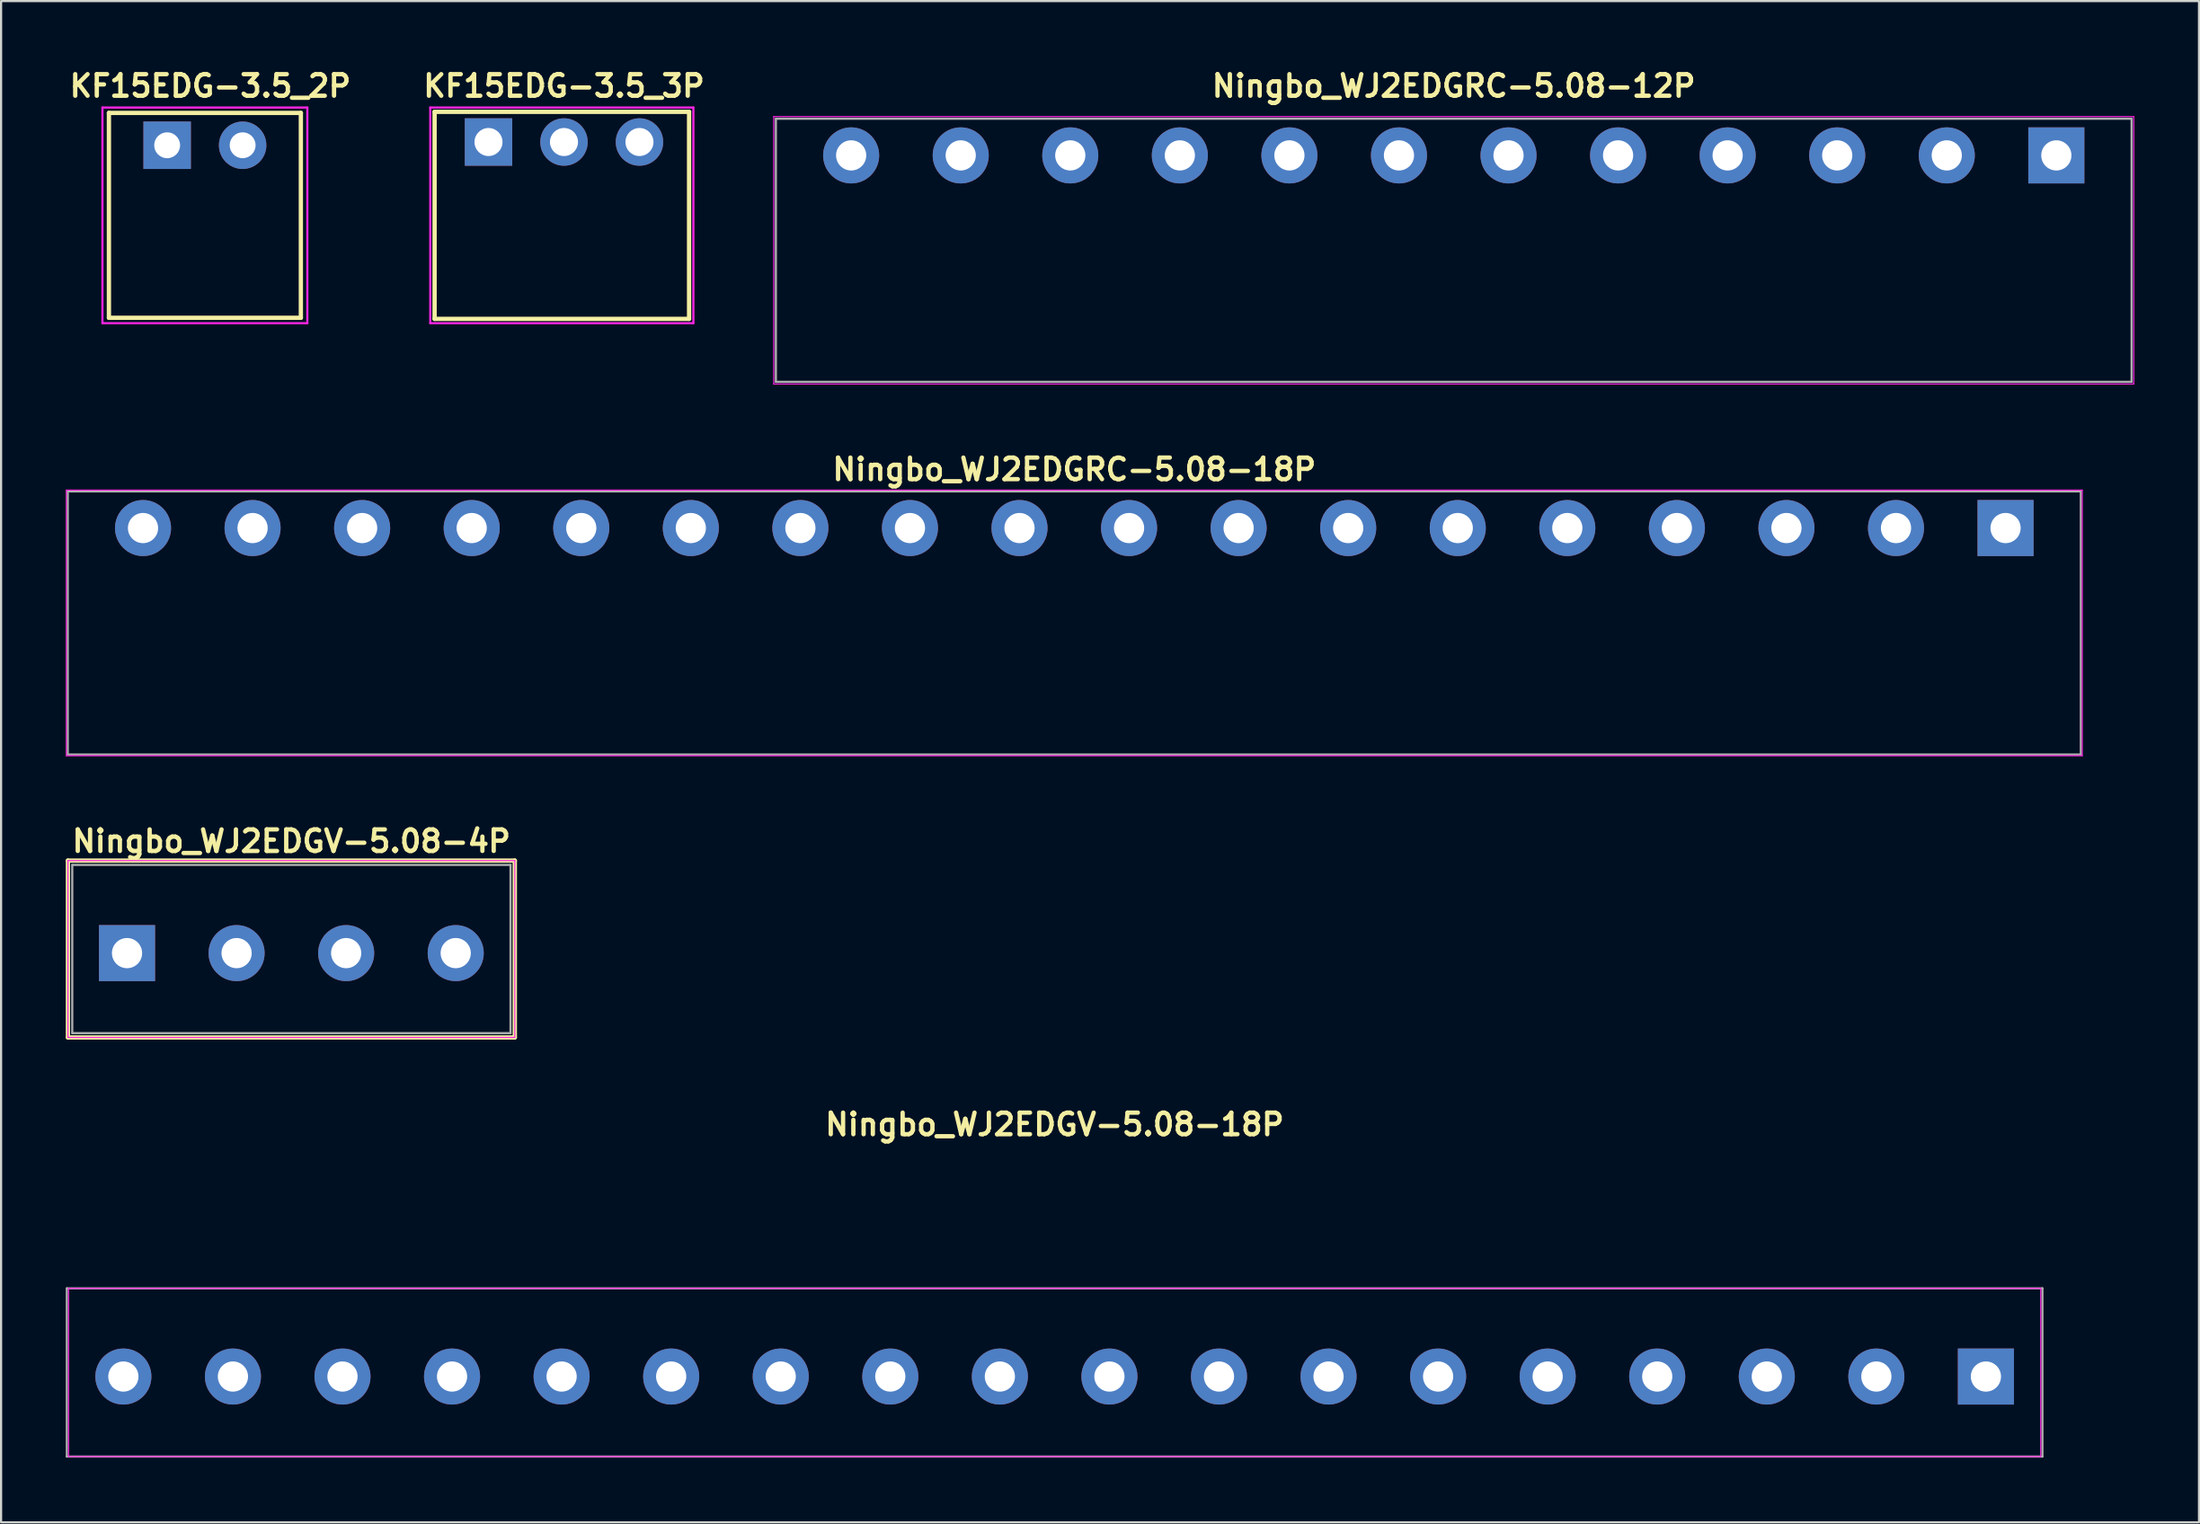
<source format=kicad_pcb>
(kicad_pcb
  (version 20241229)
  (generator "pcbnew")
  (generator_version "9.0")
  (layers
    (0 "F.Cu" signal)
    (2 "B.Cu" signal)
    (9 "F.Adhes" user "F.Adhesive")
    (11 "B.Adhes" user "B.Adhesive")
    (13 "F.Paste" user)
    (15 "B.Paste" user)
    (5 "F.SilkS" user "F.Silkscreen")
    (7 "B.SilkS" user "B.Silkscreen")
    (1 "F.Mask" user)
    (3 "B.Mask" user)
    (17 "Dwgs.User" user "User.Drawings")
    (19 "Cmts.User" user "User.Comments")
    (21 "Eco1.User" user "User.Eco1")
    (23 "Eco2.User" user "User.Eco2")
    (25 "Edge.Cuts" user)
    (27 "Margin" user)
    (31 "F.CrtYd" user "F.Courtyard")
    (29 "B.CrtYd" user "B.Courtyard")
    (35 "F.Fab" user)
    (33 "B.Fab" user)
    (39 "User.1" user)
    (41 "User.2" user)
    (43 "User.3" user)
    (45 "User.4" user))
  (footprint "Ningbo_WJ2EDGRC-5.08-12P"
    (layer "F.Cu")
    (at 64.355 8.556)
    (property "Reference" "Ningbo_WJ2EDGRC-5.08-12P" (at 0 -7.62 0) (layer "F.SilkS") (effects (font (size 1 1) (thickness 0.2))))
    (attr through_hole)
    (fp_line (start -31.53 -6.2) (end -31.53 6.2) (stroke (width 0.05) (type solid)) (layer "F.CrtYd"))
    (fp_line (start -31.53 6.2) (end 31.53 6.2) (stroke (width 0.05) (type solid)) (layer "F.CrtYd"))
    (fp_line (start 31.53 -6.2) (end -31.53 -6.2) (stroke (width 0.05) (type solid)) (layer "F.CrtYd"))
    (fp_line (start 31.53 6.2) (end 31.53 -6.2) (stroke (width 0.05) (type solid)) (layer "F.CrtYd"))
    (fp_line (start -31.43 -6.1) (end 31.43 -6.1) (stroke (width 0.1) (type solid)) (layer "F.Fab"))
    (fp_line (start -31.43 6.1) (end -31.43 -6.1) (stroke (width 0.1) (type solid)) (layer "F.Fab"))
    (fp_line (start 31.43 -6.1) (end 31.43 6.1) (stroke (width 0.1) (type solid)) (layer "F.Fab"))
    (fp_line (start 31.43 6.1) (end -31.43 6.1) (stroke (width 0.1) (type solid)) (layer "F.Fab"))
    (pad "1" thru_hole rect (at 27.94 -4.4) (size 2.6 2.6) (drill 1.4) (layers "*.Cu" "*.Mask"))
    (pad "2" thru_hole circle (at 22.86 -4.4) (size 2.6 2.6) (drill 1.4) (layers "*.Cu" "*.Mask"))
    (pad "3" thru_hole circle (at 17.78 -4.4) (size 2.6 2.6) (drill 1.4) (layers "*.Cu" "*.Mask"))
    (pad "4" thru_hole circle (at 12.7 -4.4) (size 2.6 2.6) (drill 1.4) (layers "*.Cu" "*.Mask"))
    (pad "5" thru_hole circle (at 7.62 -4.4) (size 2.6 2.6) (drill 1.4) (layers "*.Cu" "*.Mask"))
    (pad "6" thru_hole circle (at 2.54 -4.4) (size 2.6 2.6) (drill 1.4) (layers "*.Cu" "*.Mask"))
    (pad "7" thru_hole circle (at -2.54 -4.4) (size 2.6 2.6) (drill 1.4) (layers "*.Cu" "*.Mask"))
    (pad "8" thru_hole circle (at -7.62 -4.4) (size 2.6 2.6) (drill 1.4) (layers "*.Cu" "*.Mask"))
    (pad "9" thru_hole circle (at -12.7 -4.4) (size 2.6 2.6) (drill 1.4) (layers "*.Cu" "*.Mask"))
    (pad "10" thru_hole circle (at -17.78 -4.4) (size 2.6 2.6) (drill 1.4) (layers "*.Cu" "*.Mask"))
    (pad "11" thru_hole circle (at -22.86 -4.4) (size 2.6 2.6) (drill 1.4) (layers "*.Cu" "*.Mask"))
    (pad "12" thru_hole circle (at -27.94 -4.4) (size 2.6 2.6) (drill 1.4) (layers "*.Cu" "*.Mask")))
  (footprint "Ningbo_WJ2EDGV-5.08-18P"
    (layer "F.Cu")
    (at 45.85 60.593)
    (property "Reference" "Ningbo_WJ2EDGV-5.08-18P" (at 0 -11.5 0) (layer "F.SilkS") (effects (font (size 1 1) (thickness 0.2))))
    (attr through_hole)
    (fp_line (start -45.72 -3.9) (end 45.72 -3.9) (stroke (width 0.05) (type solid)) (layer "F.CrtYd"))
    (fp_line (start -45.72 3.9) (end -45.72 -3.9) (stroke (width 0.05) (type solid)) (layer "F.CrtYd"))
    (fp_line (start 45.72 -3.9) (end 45.72 3.9) (stroke (width 0.05) (type solid)) (layer "F.CrtYd"))
    (fp_line (start 45.72 3.9) (end -45.72 3.9) (stroke (width 0.05) (type solid)) (layer "F.CrtYd"))
    (fp_line (start -45.8 -3.9) (end 45.8 -3.9) (stroke (width 0.1) (type solid)) (layer "F.Fab"))
    (fp_line (start -45.8 3.9) (end -45.8 -3.9) (stroke (width 0.1) (type solid)) (layer "F.Fab"))
    (fp_line (start 45.8 -3.9) (end 45.8 3.9) (stroke (width 0.1) (type solid)) (layer "F.Fab"))
    (fp_line (start 45.8 3.9) (end -45.8 3.9) (stroke (width 0.1) (type solid)) (layer "F.Fab"))
    (pad "1" thru_hole rect (at 43.18 0.19) (size 2.6 2.6) (drill 1.4) (layers "*.Cu" "*.Mask"))
    (pad "2" thru_hole circle (at 38.1 0.19) (size 2.6 2.6) (drill 1.4) (layers "*.Cu" "*.Mask"))
    (pad "3" thru_hole circle (at 33.02 0.19) (size 2.6 2.6) (drill 1.4) (layers "*.Cu" "*.Mask"))
    (pad "4" thru_hole circle (at 27.94 0.19) (size 2.6 2.6) (drill 1.4) (layers "*.Cu" "*.Mask"))
    (pad "5" thru_hole circle (at 22.86 0.19) (size 2.6 2.6) (drill 1.4) (layers "*.Cu" "*.Mask"))
    (pad "6" thru_hole circle (at 17.78 0.19) (size 2.6 2.6) (drill 1.4) (layers "*.Cu" "*.Mask"))
    (pad "7" thru_hole circle (at 12.7 0.19) (size 2.6 2.6) (drill 1.4) (layers "*.Cu" "*.Mask"))
    (pad "8" thru_hole circle (at 7.62 0.19) (size 2.6 2.6) (drill 1.4) (layers "*.Cu" "*.Mask"))
    (pad "9" thru_hole circle (at 2.54 0.19) (size 2.6 2.6) (drill 1.4) (layers "*.Cu" "*.Mask"))
    (pad "10" thru_hole circle (at -2.54 0.19) (size 2.6 2.6) (drill 1.4) (layers "*.Cu" "*.Mask"))
    (pad "11" thru_hole circle (at -7.62 0.19) (size 2.6 2.6) (drill 1.4) (layers "*.Cu" "*.Mask"))
    (pad "12" thru_hole circle (at -12.7 0.19) (size 2.6 2.6) (drill 1.4) (layers "*.Cu" "*.Mask"))
    (pad "13" thru_hole circle (at -17.78 0.19) (size 2.6 2.6) (drill 1.4) (layers "*.Cu" "*.Mask"))
    (pad "14" thru_hole circle (at -22.86 0.19) (size 2.6 2.6) (drill 1.4) (layers "*.Cu" "*.Mask"))
    (pad "15" thru_hole circle (at -27.94 0.19) (size 2.6 2.6) (drill 1.4) (layers "*.Cu" "*.Mask"))
    (pad "16" thru_hole circle (at -33.02 0.19) (size 2.6 2.6) (drill 1.4) (layers "*.Cu" "*.Mask"))
    (pad "17" thru_hole circle (at -38.1 0.19) (size 2.6 2.6) (drill 1.4) (layers "*.Cu" "*.Mask"))
    (pad "18" thru_hole circle (at -43.18 0.19) (size 2.6 2.6) (drill 1.4) (layers "*.Cu" "*.Mask")))
  (footprint "KF15EDG-3.5_2P"
    (layer "F.Cu")
    (at 4.7 3.686)
    (property "Reference" "KF15EDG-3.5_2P" (at 2 -2.75 0) (layer "F.SilkS") (effects (font (size 1 1) (thickness 0.2))))
    (attr through_hole)
    (fp_line (start -2.7 -1.5) (end -2.7 8) (stroke (width 0.2) (type solid)) (layer "F.SilkS"))
    (fp_line (start -2.7 -1.5) (end 6.2 -1.5) (stroke (width 0.2) (type solid)) (layer "F.SilkS"))
    (fp_line (start -2.7 8) (end 6.2 8) (stroke (width 0.2) (type solid)) (layer "F.SilkS"))
    (fp_line (start 6.2 -1.5) (end 6.2 8) (stroke (width 0.2) (type solid)) (layer "F.SilkS"))
    (fp_line (start -3 -1.75) (end 6.5 -1.75) (stroke (width 0.1) (type solid)) (layer "F.CrtYd"))
    (fp_line (start -3 8.25) (end -3 -1.75) (stroke (width 0.1) (type solid)) (layer "F.CrtYd"))
    (fp_line (start 6.5 -1.75) (end 6.5 8.25) (stroke (width 0.1) (type solid)) (layer "F.CrtYd"))
    (fp_line (start 6.5 8.25) (end -3 8.25) (stroke (width 0.1) (type solid)) (layer "F.CrtYd"))
    (pad "1" thru_hole rect (at 0 0) (size 2.2 2.2) (drill 1.2) (layers "*.Cu" "*.Mask"))
    (pad "2" thru_hole circle (at 3.5 0) (size 2.2 2.2) (drill 1.2) (layers "*.Cu" "*.Mask")))
  (footprint "Ningbo_WJ2EDGV-5.08-4P"
    (layer "F.Cu")
    (at 10.46 40.958)
    (property "Reference" "Ningbo_WJ2EDGV-5.08-4P" (at 0 -5 0) (layer "F.SilkS") (effects (font (size 1 1) (thickness 0.2))))
    (attr through_hole)
    (fp_line (start -10.36 -4.1) (end 10.36 -4.1) (stroke (width 0.2) (type solid)) (layer "F.SilkS"))
    (fp_line (start -10.36 4.1) (end -10.36 -4.1) (stroke (width 0.2) (type solid)) (layer "F.SilkS"))
    (fp_line (start 10.36 -4.1) (end 10.36 4.1) (stroke (width 0.2) (type solid)) (layer "F.SilkS"))
    (fp_line (start 10.36 4.1) (end -10.36 4.1) (stroke (width 0.2) (type solid)) (layer "F.SilkS"))
    (fp_line (start -10.36 -4.1) (end 10.36 -4.1) (stroke (width 0.05) (type solid)) (layer "F.CrtYd"))
    (fp_line (start -10.36 4.1) (end -10.36 -4.1) (stroke (width 0.05) (type solid)) (layer "F.CrtYd"))
    (fp_line (start 10.36 -4.1) (end 10.36 4.1) (stroke (width 0.05) (type solid)) (layer "F.CrtYd"))
    (fp_line (start 10.36 4.1) (end -10.36 4.1) (stroke (width 0.05) (type solid)) (layer "F.CrtYd"))
    (fp_line (start -10.16 -3.9) (end 10.16 -3.9) (stroke (width 0.1) (type solid)) (layer "F.Fab"))
    (fp_line (start -10.16 3.9) (end -10.16 -3.9) (stroke (width 0.1) (type solid)) (layer "F.Fab"))
    (fp_line (start 10.16 -3.9) (end 10.16 3.9) (stroke (width 0.1) (type solid)) (layer "F.Fab"))
    (fp_line (start 10.16 3.9) (end -10.16 3.9) (stroke (width 0.1) (type solid)) (layer "F.Fab"))
    (pad "1" thru_hole rect (at -7.62 0.19) (size 2.6 2.6) (drill 1.4) (layers "*.Cu" "*.Mask"))
    (pad "2" thru_hole circle (at -2.54 0.19) (size 2.6 2.6) (drill 1.4) (layers "*.Cu" "*.Mask"))
    (pad "3" thru_hole circle (at 2.54 0.19) (size 2.6 2.6) (drill 1.4) (layers "*.Cu" "*.Mask"))
    (pad "4" thru_hole circle (at 7.62 0.19) (size 2.6 2.6) (drill 1.4) (layers "*.Cu" "*.Mask")))
  (footprint "KF15EDG-3.5_3P"
    (layer "F.Cu")
    (at 19.6 3.536)
    (property "Reference" "KF15EDG-3.5_3P" (at 3.5 -2.6 0) (layer "F.SilkS") (effects (font (size 1 1) (thickness 0.2))))
    (attr through_hole)
    (fp_line (start -2.5 -1.4) (end -2.5 8.2) (stroke (width 0.2) (type solid)) (layer "F.SilkS"))
    (fp_line (start -2.5 -1.4) (end 9.3 -1.4) (stroke (width 0.2) (type solid)) (layer "F.SilkS"))
    (fp_line (start -2.5 8.2) (end 9.3 8.2) (stroke (width 0.2) (type solid)) (layer "F.SilkS"))
    (fp_line (start 9.3 -1.4) (end 9.3 8.2) (stroke (width 0.2) (type solid)) (layer "F.SilkS"))
    (fp_line (start -2.7 -1.6) (end 9.5 -1.6) (stroke (width 0.1) (type solid)) (layer "F.CrtYd"))
    (fp_line (start -2.7 8.4) (end -2.7 -1.6) (stroke (width 0.1) (type solid)) (layer "F.CrtYd"))
    (fp_line (start 9.5 -1.6) (end 9.5 8.4) (stroke (width 0.1) (type solid)) (layer "F.CrtYd"))
    (fp_line (start 9.5 8.4) (end -2.7 8.4) (stroke (width 0.1) (type solid)) (layer "F.CrtYd"))
    (pad "1" thru_hole rect (at 0 0) (size 2.2 2.2) (drill 1.3) (layers "*.Cu" "*.Mask"))
    (pad "2" thru_hole circle (at 3.5 0) (size 2.2 2.2) (drill 1.3) (layers "*.Cu" "*.Mask"))
    (pad "3" thru_hole circle (at 7 0) (size 2.2 2.2) (drill 1.3) (layers "*.Cu" "*.Mask")))
  (footprint "Ningbo_WJ2EDGRC-5.08-18P"
    (layer "F.Cu")
    (at 46.761 25.837)
    (property "Reference" "Ningbo_WJ2EDGRC-5.08-18P" (at 0 -7.12 0) (layer "F.SilkS") (effects (font (size 1 1) (thickness 0.2))))
    (attr through_hole)
    (fp_line (start -46.736 -6.16) (end -46.736 6.16) (stroke (width 0.05) (type solid)) (layer "F.CrtYd"))
    (fp_line (start -46.736 6.16) (end 46.736 6.16) (stroke (width 0.05) (type solid)) (layer "F.CrtYd"))
    (fp_line (start 46.736 -6.16) (end -46.736 -6.16) (stroke (width 0.05) (type solid)) (layer "F.CrtYd"))
    (fp_line (start 46.736 6.16) (end 46.736 -6.16) (stroke (width 0.05) (type solid)) (layer "F.CrtYd"))
    (fp_line (start -46.67 -6.1) (end 46.67 -6.1) (stroke (width 0.1) (type solid)) (layer "F.Fab"))
    (fp_line (start -46.67 6.1) (end -46.67 -6.1) (stroke (width 0.1) (type solid)) (layer "F.Fab"))
    (fp_line (start 46.67 -6.1) (end 46.67 6.1) (stroke (width 0.1) (type solid)) (layer "F.Fab"))
    (fp_line (start 46.67 6.1) (end -46.67 6.1) (stroke (width 0.1) (type solid)) (layer "F.Fab"))
    (pad "1" thru_hole rect (at 43.18 -4.4) (size 2.6 2.6) (drill 1.4) (layers "*.Cu" "*.Mask"))
    (pad "2" thru_hole circle (at 38.1 -4.4) (size 2.6 2.6) (drill 1.4) (layers "*.Cu" "*.Mask"))
    (pad "3" thru_hole circle (at 33.02 -4.4) (size 2.6 2.6) (drill 1.4) (layers "*.Cu" "*.Mask"))
    (pad "4" thru_hole circle (at 27.94 -4.4) (size 2.6 2.6) (drill 1.4) (layers "*.Cu" "*.Mask"))
    (pad "5" thru_hole circle (at 22.86 -4.4) (size 2.6 2.6) (drill 1.4) (layers "*.Cu" "*.Mask"))
    (pad "6" thru_hole circle (at 17.78 -4.4) (size 2.6 2.6) (drill 1.4) (layers "*.Cu" "*.Mask"))
    (pad "7" thru_hole circle (at 12.7 -4.4) (size 2.6 2.6) (drill 1.4) (layers "*.Cu" "*.Mask"))
    (pad "8" thru_hole circle (at 7.62 -4.4) (size 2.6 2.6) (drill 1.4) (layers "*.Cu" "*.Mask"))
    (pad "9" thru_hole circle (at 2.54 -4.4) (size 2.6 2.6) (drill 1.4) (layers "*.Cu" "*.Mask"))
    (pad "10" thru_hole circle (at -2.54 -4.4) (size 2.6 2.6) (drill 1.4) (layers "*.Cu" "*.Mask"))
    (pad "11" thru_hole circle (at -7.62 -4.4) (size 2.6 2.6) (drill 1.4) (layers "*.Cu" "*.Mask"))
    (pad "12" thru_hole circle (at -12.7 -4.4) (size 2.6 2.6) (drill 1.4) (layers "*.Cu" "*.Mask"))
    (pad "13" thru_hole circle (at -17.78 -4.4) (size 2.6 2.6) (drill 1.4) (layers "*.Cu" "*.Mask"))
    (pad "14" thru_hole circle (at -22.86 -4.4) (size 2.6 2.6) (drill 1.4) (layers "*.Cu" "*.Mask"))
    (pad "15" thru_hole circle (at -27.94 -4.4) (size 2.6 2.6) (drill 1.4) (layers "*.Cu" "*.Mask"))
    (pad "16" thru_hole circle (at -33.02 -4.4) (size 2.6 2.6) (drill 1.4) (layers "*.Cu" "*.Mask"))
    (pad "17" thru_hole circle (at -38.1 -4.4) (size 2.6 2.6) (drill 1.4) (layers "*.Cu" "*.Mask"))
    (pad "18" thru_hole circle (at -43.18 -4.4) (size 2.6 2.6) (drill 1.4) (layers "*.Cu" "*.Mask")))
  (gr_rect
    (start -3 -3)
    (end 98.91 67.543)
    (stroke (width 0.1) (type default))
    (fill no)
    (layer "Edge.Cuts")))
</source>
